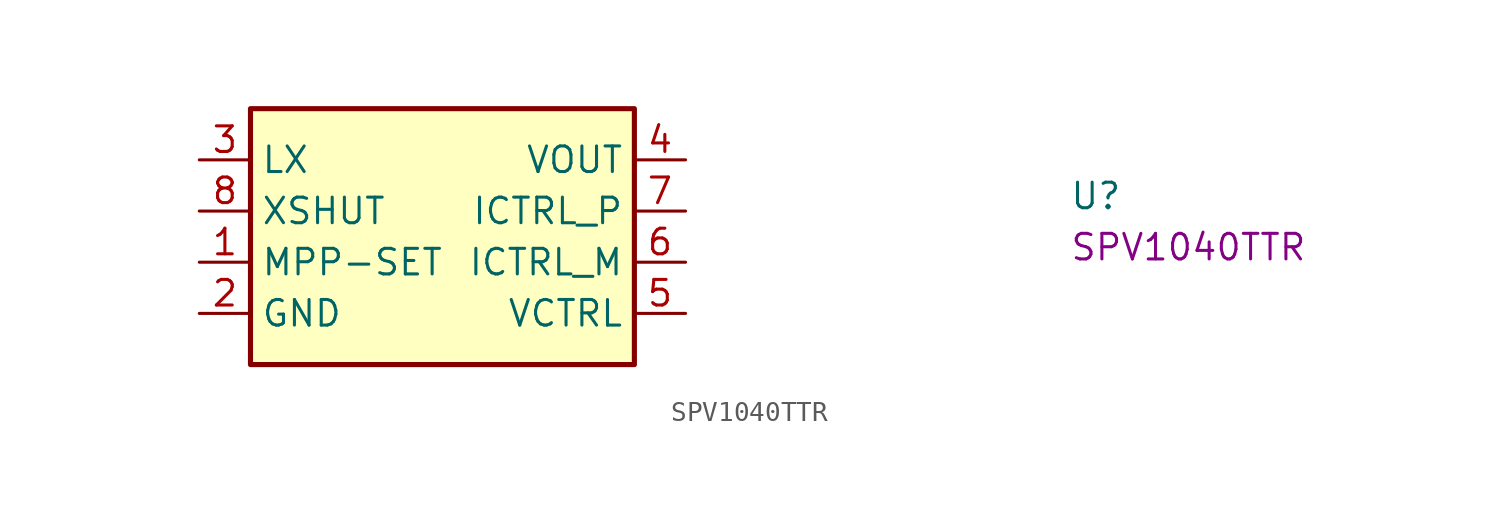
<source format=kicad_sym>
(kicad_symbol_lib
  (version 20220914)
  (generator kicad_symbol_editor)
  (symbol "SPV1040TTR"
    (property "Reference" "U"
      (at 43.18 -2.54 0)
      (effects (font (size 1.27 1.27) (thickness 0.15)) (justify left bottom)))
    (property "MPN" "SPV1040TTR"
      (at 43.18 -5.08 0)
      (effects (font (size 1.27 1.27) (thickness 0.15)) (justify left bottom)))
    (symbol "SPV1040TTR_1_1"
      (rectangle (start 2.54 2.54) (end 21.59 -10.16) (stroke (width 0.254) (type default)) (fill (type background)))
      (pin input line (at 0 -5.08 0) (length 2.54) (name "MPP-SET" (effects (font (size 1.27 1.27)))) (number "1" (effects (font (size 1.27 1.27)))))
      (pin power_in line (at 0 -7.62 0) (length 2.54) (name "GND" (effects (font (size 1.27 1.27)))) (number "2" (effects (font (size 1.27 1.27)))))
      (pin power_in line (at 0 0 0) (length 2.54) (name "LX" (effects (font (size 1.27 1.27)))) (number "3" (effects (font (size 1.27 1.27)))))
      (pin power_out line (at 24.13 0 180) (length 2.54) (name "VOUT" (effects (font (size 1.27 1.27)))) (number "4" (effects (font (size 1.27 1.27)))))
      (pin input line (at 24.13 -7.62 180) (length 2.54) (name "VCTRL" (effects (font (size 1.27 1.27)))) (number "5" (effects (font (size 1.27 1.27)))))
      (pin input line (at 24.13 -5.08 180) (length 2.54) (name "ICTRL_M" (effects (font (size 1.27 1.27)))) (number "6" (effects (font (size 1.27 1.27)))))
      (pin input line (at 24.13 -2.54 180) (length 2.54) (name "ICTRL_P" (effects (font (size 1.27 1.27)))) (number "7" (effects (font (size 1.27 1.27)))))
      (pin input line (at 0 -2.54 0) (length 2.54) (name "XSHUT" (effects (font (size 1.27 1.27)))) (number "8" (effects (font (size 1.27 1.27))))))))
</source>
